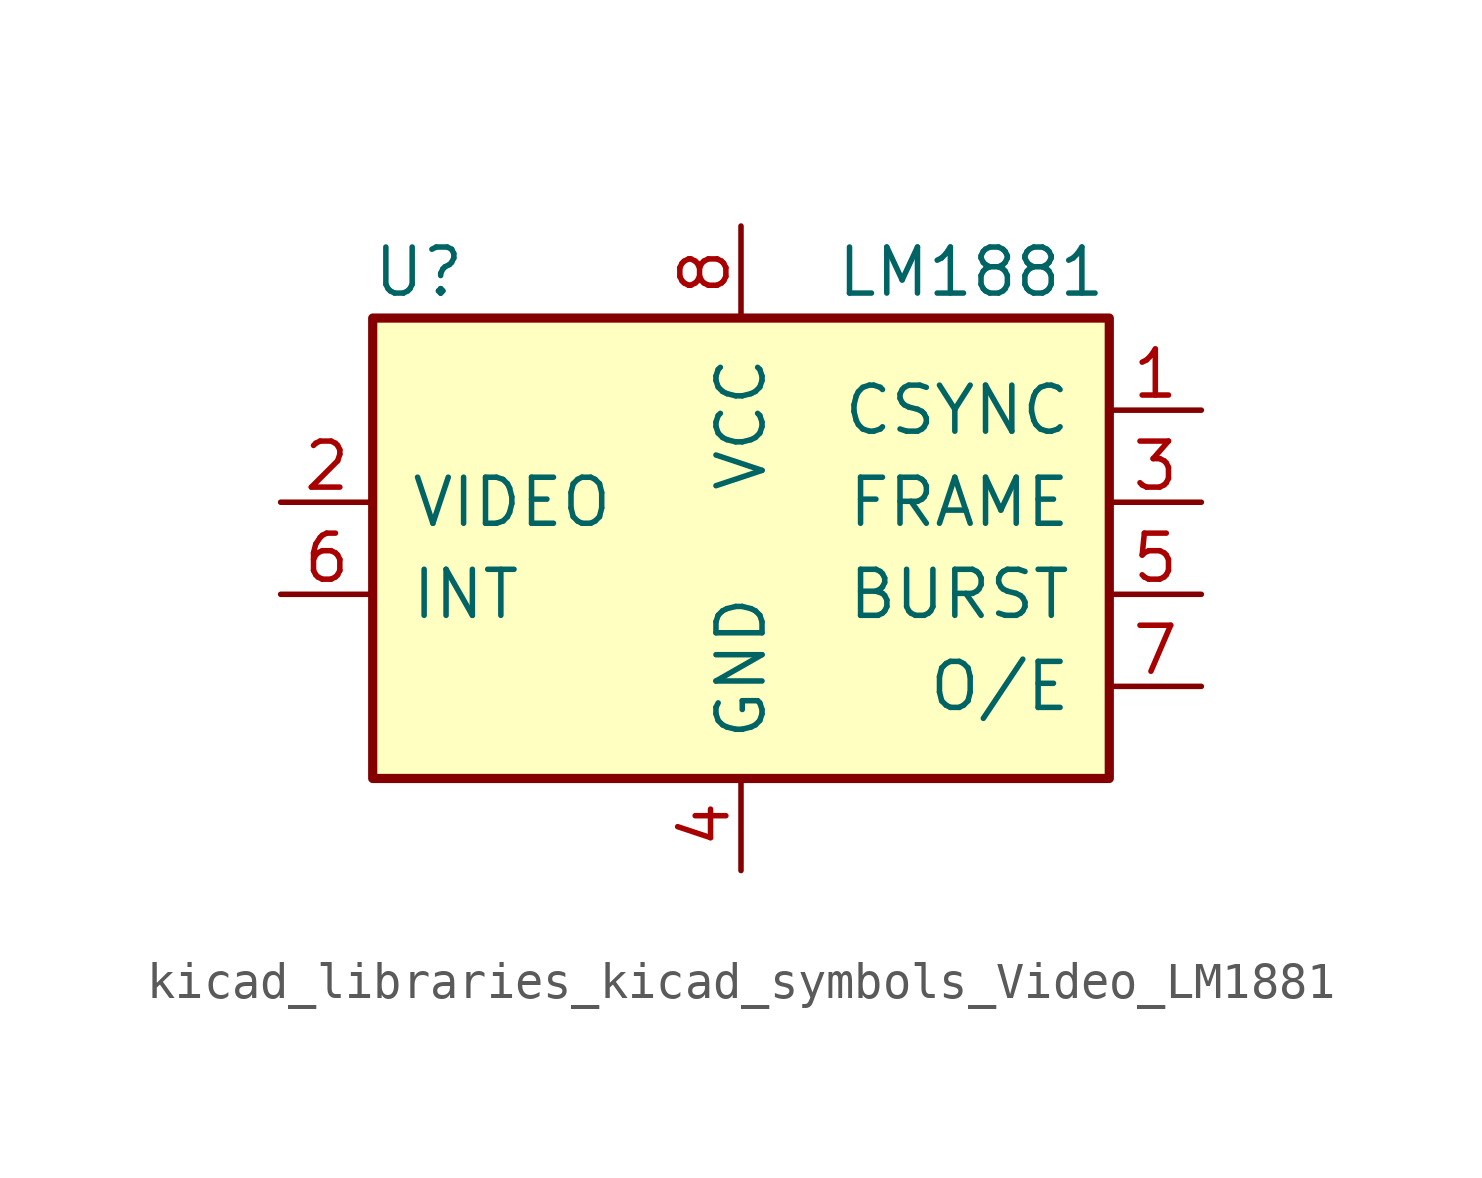
<source format=kicad_sym>
(kicad_symbol_lib
  (version 20220914)
  (generator kicad_symbol_editor)
  (symbol "kicad_libraries_kicad_symbols_Video_LM1881"
    (pin_names
      (offset 1.016))
    (property "Reference" "U"
      (at -8.89 8.89 0)
      (effects (font (size 1.27 1.27))))
    (property "Value" "LM1881"
      (at 6.35 8.89 0)
      (effects (font (size 1.27 1.27))))
    (symbol "kicad_libraries_kicad_symbols_Video_LM1881_0_1"
      (rectangle (start -10.16 7.62) (end 10.16 -5.08) (stroke (width 0.254) (type default)) (fill (type background))))
    (symbol "kicad_libraries_kicad_symbols_Video_LM1881_1_1"
      (pin output line (at 12.7 5.08 180) (length 2.54) (name "CSYNC" (effects (font (size 1.27 1.27)))) (number "1" (effects (font (size 1.27 1.27)))))
      (pin input line (at -12.7 2.54 0) (length 2.54) (name "VIDEO" (effects (font (size 1.27 1.27)))) (number "2" (effects (font (size 1.27 1.27)))))
      (pin output line (at 12.7 2.54 180) (length 2.54) (name "FRAME" (effects (font (size 1.27 1.27)))) (number "3" (effects (font (size 1.27 1.27)))))
      (pin power_in line (at 0 -7.62 90) (length 2.54) (name "GND" (effects (font (size 1.27 1.27)))) (number "4" (effects (font (size 1.27 1.27)))))
      (pin output line (at 12.7 0 180) (length 2.54) (name "BURST" (effects (font (size 1.27 1.27)))) (number "5" (effects (font (size 1.27 1.27)))))
      (pin input line (at -12.7 0 0) (length 2.54) (name "INT" (effects (font (size 1.27 1.27)))) (number "6" (effects (font (size 1.27 1.27)))))
      (pin output line (at 12.7 -2.54 180) (length 2.54) (name "O/E" (effects (font (size 1.27 1.27)))) (number "7" (effects (font (size 1.27 1.27)))))
      (pin power_in line (at 0 10.16 270) (length 2.54) (name "VCC" (effects (font (size 1.27 1.27)))) (number "8" (effects (font (size 1.27 1.27))))))))
</source>
